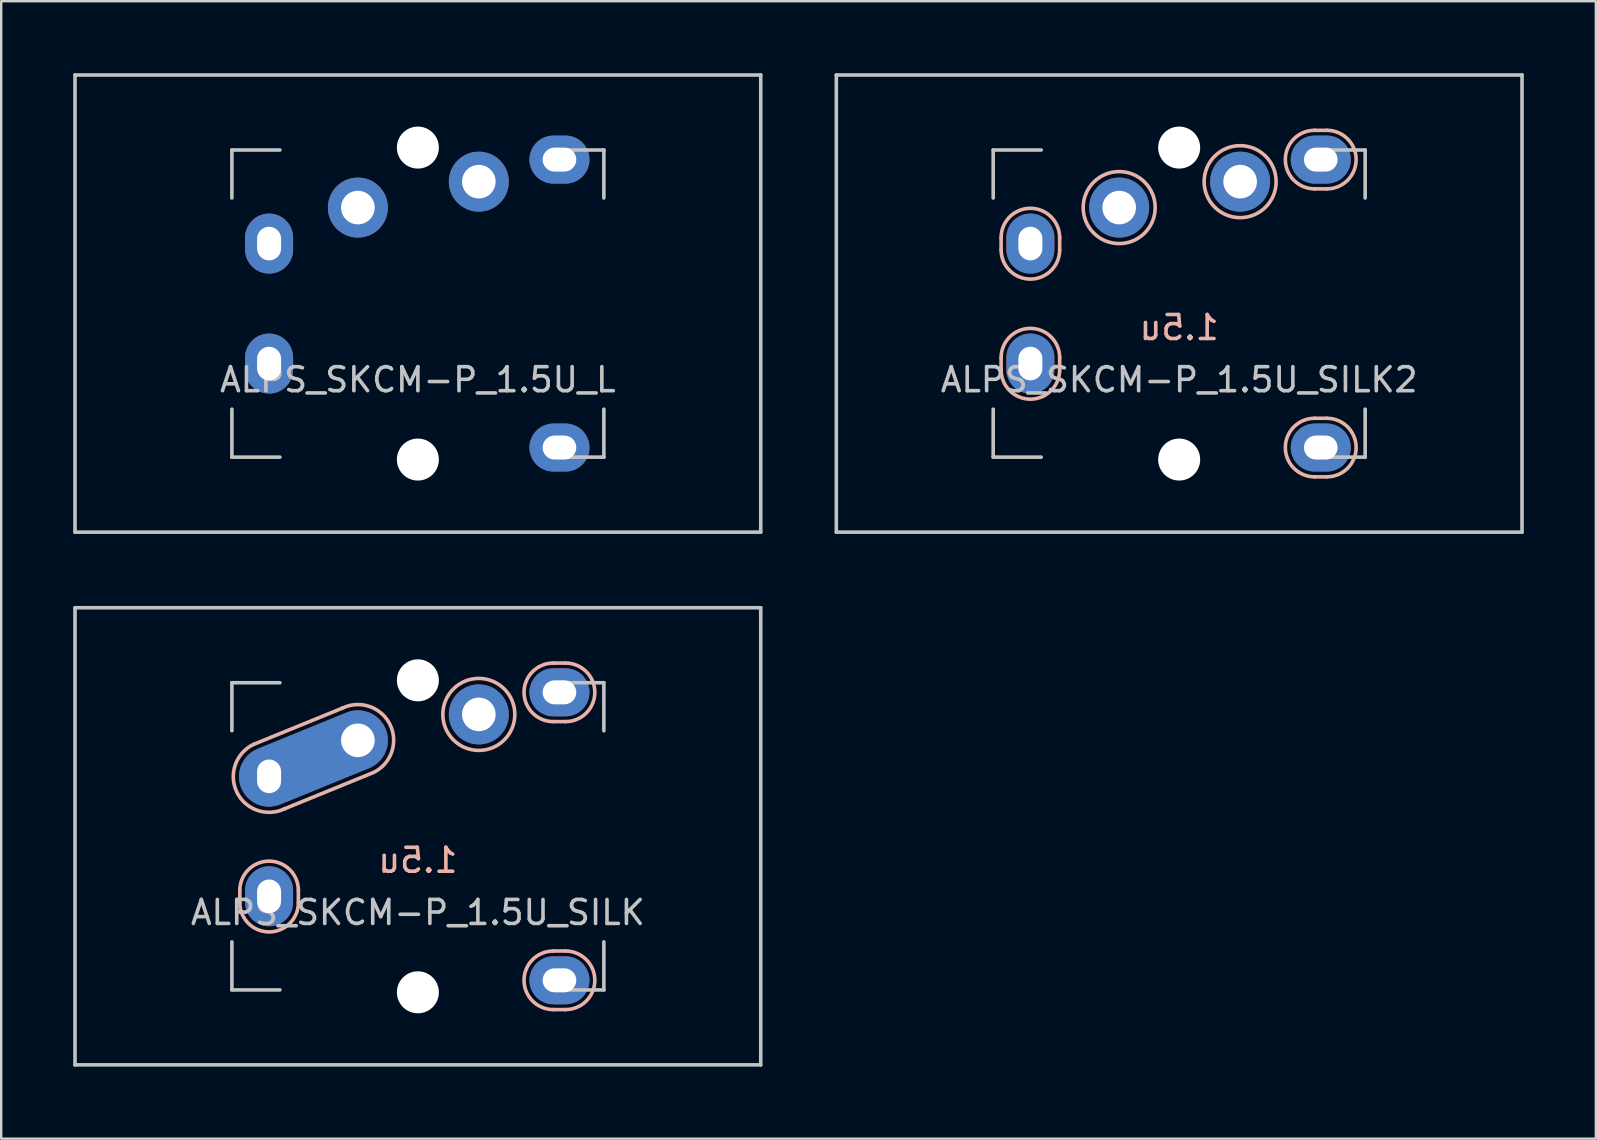
<source format=kicad_pcb>
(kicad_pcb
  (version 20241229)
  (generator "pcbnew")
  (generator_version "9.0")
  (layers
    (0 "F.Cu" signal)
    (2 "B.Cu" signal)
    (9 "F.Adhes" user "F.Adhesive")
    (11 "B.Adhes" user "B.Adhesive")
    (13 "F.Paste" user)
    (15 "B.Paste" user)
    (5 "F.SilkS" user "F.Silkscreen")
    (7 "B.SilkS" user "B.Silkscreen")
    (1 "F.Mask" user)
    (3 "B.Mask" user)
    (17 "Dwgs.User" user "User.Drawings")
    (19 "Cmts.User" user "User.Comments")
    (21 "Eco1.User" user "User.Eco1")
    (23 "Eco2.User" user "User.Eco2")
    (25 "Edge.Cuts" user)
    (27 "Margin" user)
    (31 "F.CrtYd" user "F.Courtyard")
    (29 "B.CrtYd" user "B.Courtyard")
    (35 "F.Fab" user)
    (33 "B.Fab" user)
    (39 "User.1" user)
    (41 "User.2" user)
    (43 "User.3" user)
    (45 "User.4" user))
  (footprint "ALPS_SKCM-P_1.5U_SILK"
    (layer "F.Cu")
    (at 14.363 31.8)
    (property "Reference" "ALPS_SKCM-P_1.5U_SILK" (at 0 3.175 0) (layer "Dwgs.User") (effects (font (size 1 1) (thickness 0.15))))
    (attr through_hole)
    (fp_line (start -7.42 2.254) (end -7.42 2.764) (stroke (width 0.15) (type solid)) (layer "B.SilkS"))
    (fp_line (start -4.98 2.764) (end -4.98 2.254) (stroke (width 0.15) (type solid)) (layer "B.SilkS"))
    (fp_line (start -3.146 -5.342) (end -6.85 -3.83) (stroke (width 0.15) (type solid)) (layer "B.SilkS"))
    (fp_line (start -1.85 -2.66) (end -5.554 -1.148) (stroke (width 0.15) (type solid)) (layer "B.SilkS"))
    (fp_line (start 5.644 -4.78) (end 6.154 -4.78) (stroke (width 0.15) (type solid)) (layer "B.SilkS"))
    (fp_line (start 5.644 7.22) (end 6.154 7.22) (stroke (width 0.15) (type solid)) (layer "B.SilkS"))
    (fp_line (start 6.154 -7.22) (end 5.644 -7.22) (stroke (width 0.15) (type solid)) (layer "B.SilkS"))
    (fp_line (start 6.154 4.78) (end 5.644 4.78) (stroke (width 0.15) (type solid)) (layer "B.SilkS"))
    (fp_arc (start -7.42 2.2538) (mid -6.2 1.0338) (end -4.98 2.2538) (stroke (width 0.15) (type solid)) (layer "B.SilkS"))
    (fp_arc (start -5.554284 -1.14793) (mid -7.541037 -1.842141) (end -6.85 -3.83) (stroke (width 0.15) (type solid)) (layer "B.SilkS"))
    (fp_arc (start -4.98 2.7638) (mid -6.2 3.9838) (end -7.42 2.7638) (stroke (width 0.15) (type solid)) (layer "B.SilkS"))
    (fp_arc (start -3.145716 -5.34207) (mid -1.158963 -4.647859) (end -1.85 -2.66) (stroke (width 0.15) (type solid)) (layer "B.SilkS"))
    (fp_arc (start 5.6438 -4.78) (mid 4.4238 -6) (end 5.6438 -7.22) (stroke (width 0.15) (type solid)) (layer "B.SilkS"))
    (fp_arc (start 5.6438 7.22) (mid 4.4238 6) (end 5.6438 4.78) (stroke (width 0.15) (type solid)) (layer "B.SilkS"))
    (fp_arc (start 6.1538 -7.22) (mid 7.3738 -6) (end 6.1538 -4.78) (stroke (width 0.15) (type solid)) (layer "B.SilkS"))
    (fp_arc (start 6.1538 4.78) (mid 7.3738 6) (end 6.1538 7.22) (stroke (width 0.15) (type solid)) (layer "B.SilkS"))
    (fp_circle (center 2.54 -5.08) (end 4.04 -5.08) (stroke (width 0.15) (type solid)) (fill no) (layer "B.SilkS"))
    (fp_line (start -14.287 -9.525) (end 14.287 -9.525) (stroke (width 0.15) (type solid)) (layer "Dwgs.User"))
    (fp_line (start -14.287 9.525) (end -14.287 -9.525) (stroke (width 0.15) (type solid)) (layer "Dwgs.User"))
    (fp_line (start -14.287 9.525) (end 14.287 9.525) (stroke (width 0.15) (type solid)) (layer "Dwgs.User"))
    (fp_line (start -7.75 -6.4) (end -5.75 -6.4) (stroke (width 0.15) (type solid)) (layer "Dwgs.User"))
    (fp_line (start -7.75 -4.4) (end -7.75 -6.4) (stroke (width 0.15) (type solid)) (layer "Dwgs.User"))
    (fp_line (start -7.75 6.4) (end -7.75 4.4) (stroke (width 0.15) (type solid)) (layer "Dwgs.User"))
    (fp_line (start -7.75 6.4) (end -5.75 6.4) (stroke (width 0.15) (type solid)) (layer "Dwgs.User"))
    (fp_line (start 5.75 -6.4) (end 7.75 -6.4) (stroke (width 0.15) (type solid)) (layer "Dwgs.User"))
    (fp_line (start 5.75 6.4) (end 7.75 6.4) (stroke (width 0.15) (type solid)) (layer "Dwgs.User"))
    (fp_line (start 7.75 -4.4) (end 7.75 -6.4) (stroke (width 0.15) (type solid)) (layer "Dwgs.User"))
    (fp_line (start 7.75 6.4) (end 7.75 4.4) (stroke (width 0.15) (type solid)) (layer "Dwgs.User"))
    (fp_line (start 14.287 -9.525) (end 14.287 9.525) (stroke (width 0.15) (type solid)) (layer "Dwgs.User"))
    (fp_text user "1.5u" (at 0 1 0) (layer "B.SilkS") (effects (font (size 1 1) (thickness 0.15)) (justify mirror)))
    (pad "" np_thru_hole circle (at 0 -6.5) (size 1.75 1.75) (drill 1.75) (layers "*.Cu" "*.Mask"))
    (pad "" np_thru_hole circle (at 0 6.5 90) (size 1.75 1.75) (drill 1.75) (layers "*.Cu" "*.Mask"))
    (pad "1" thru_hole oval (at -6.2 -2.5 180) (size 2 2.5) (drill oval 1 1.4) (layers "*.Cu" "*.Mask"))
    (pad "1" thru_hole oval (at -2.5 -4 22.2) (size 6.5 2.5) (drill 1.4 (offset -2 0)) (layers "*.Cu" "*.Mask"))
    (pad "2" thru_hole oval (at -6.2 2.5 90) (size 2.5 2) (drill oval 1.4 1) (layers "*.Cu" "*.Mask"))
    (pad "2" thru_hole circle (at 2.54 -5.08 270) (size 2.5 2.5) (drill 1.4) (layers "*.Cu" "*.Mask"))
    (pad "NC" thru_hole oval (at 5.9 -6 180) (size 2.5 2) (drill oval 1.4 1) (layers "*.Cu" "*.Mask"))
    (pad "NC" thru_hole oval (at 5.9 6 180) (size 2.5 2) (drill oval 1.4 1) (layers "*.Cu" "*.Mask")))
  (footprint "ALPS_SKCM-P_1.5U_L"
    (layer "F.Cu")
    (at 14.363 9.6)
    (property "Reference" "ALPS_SKCM-P_1.5U_L" (at 0 3.175 0) (layer "Dwgs.User") (effects (font (size 1 1) (thickness 0.15))))
    (attr through_hole)
    (fp_line (start -14.287 -9.525) (end 14.287 -9.525) (stroke (width 0.15) (type solid)) (layer "Dwgs.User"))
    (fp_line (start -14.287 9.525) (end -14.287 -9.525) (stroke (width 0.15) (type solid)) (layer "Dwgs.User"))
    (fp_line (start -14.287 9.525) (end 14.287 9.525) (stroke (width 0.15) (type solid)) (layer "Dwgs.User"))
    (fp_line (start -7.75 -6.4) (end -5.75 -6.4) (stroke (width 0.15) (type solid)) (layer "Dwgs.User"))
    (fp_line (start -7.75 -4.4) (end -7.75 -6.4) (stroke (width 0.15) (type solid)) (layer "Dwgs.User"))
    (fp_line (start -7.75 6.4) (end -7.75 4.4) (stroke (width 0.15) (type solid)) (layer "Dwgs.User"))
    (fp_line (start -7.75 6.4) (end -5.75 6.4) (stroke (width 0.15) (type solid)) (layer "Dwgs.User"))
    (fp_line (start 5.75 -6.4) (end 7.75 -6.4) (stroke (width 0.15) (type solid)) (layer "Dwgs.User"))
    (fp_line (start 5.75 6.4) (end 7.75 6.4) (stroke (width 0.15) (type solid)) (layer "Dwgs.User"))
    (fp_line (start 7.75 -4.4) (end 7.75 -6.4) (stroke (width 0.15) (type solid)) (layer "Dwgs.User"))
    (fp_line (start 7.75 6.4) (end 7.75 4.4) (stroke (width 0.15) (type solid)) (layer "Dwgs.User"))
    (fp_line (start 14.287 -9.525) (end 14.287 9.525) (stroke (width 0.15) (type solid)) (layer "Dwgs.User"))
    (pad "" np_thru_hole circle (at 0 -6.5) (size 1.75 1.75) (drill 1.75) (layers "*.Cu" "*.Mask"))
    (pad "" np_thru_hole circle (at 0 6.5 90) (size 1.75 1.75) (drill 1.75) (layers "*.Cu" "*.Mask"))
    (pad "1" thru_hole oval (at -6.2 -2.5 180) (size 2 2.5) (drill oval 1 1.4) (layers "*.Cu" "*.Mask"))
    (pad "1" thru_hole circle (at 2.54 -5.08 270) (size 2.5 2.5) (drill 1.4) (layers "*.Cu" "*.Mask"))
    (pad "2" thru_hole oval (at -6.2 2.5 90) (size 2.5 2) (drill oval 1.4 1) (layers "*.Cu" "*.Mask"))
    (pad "2" thru_hole circle (at -2.5 -4 22.2) (size 2.5 2.5) (drill 1.4) (layers "*.Cu" "*.Mask"))
    (pad "NC" thru_hole oval (at 5.9 -6 180) (size 2.5 2) (drill oval 1.4 1) (layers "*.Cu" "*.Mask"))
    (pad "NC" thru_hole oval (at 5.9 6 180) (size 2.5 2) (drill oval 1.4 1) (layers "*.Cu" "*.Mask")))
  (footprint "ALPS_SKCM-P_1.5U_SILK2"
    (layer "F.Cu")
    (at 46.087 9.6)
    (property "Reference" "ALPS_SKCM-P_1.5U_SILK2" (at 0 3.175 0) (layer "Dwgs.User") (effects (font (size 1 1) (thickness 0.15))))
    (attr through_hole)
    (fp_line (start -7.42 -2.75) (end -7.42 -2.24) (stroke (width 0.15) (type solid)) (layer "B.SilkS"))
    (fp_line (start -7.42 2.254) (end -7.42 2.764) (stroke (width 0.15) (type solid)) (layer "B.SilkS"))
    (fp_line (start -4.98 -2.24) (end -4.98 -2.75) (stroke (width 0.15) (type solid)) (layer "B.SilkS"))
    (fp_line (start -4.98 2.764) (end -4.98 2.254) (stroke (width 0.15) (type solid)) (layer "B.SilkS"))
    (fp_line (start 5.644 -4.78) (end 6.154 -4.78) (stroke (width 0.15) (type solid)) (layer "B.SilkS"))
    (fp_line (start 5.644 7.22) (end 6.154 7.22) (stroke (width 0.15) (type solid)) (layer "B.SilkS"))
    (fp_line (start 6.154 -7.22) (end 5.644 -7.22) (stroke (width 0.15) (type solid)) (layer "B.SilkS"))
    (fp_line (start 6.154 4.78) (end 5.644 4.78) (stroke (width 0.15) (type solid)) (layer "B.SilkS"))
    (fp_arc (start -7.42 -2.75) (mid -6.2 -3.97) (end -4.98 -2.75) (stroke (width 0.15) (type solid)) (layer "B.SilkS"))
    (fp_arc (start -7.42 2.2538) (mid -6.2 1.0338) (end -4.98 2.2538) (stroke (width 0.15) (type solid)) (layer "B.SilkS"))
    (fp_arc (start -4.98 -2.24) (mid -6.2 -1.02) (end -7.42 -2.24) (stroke (width 0.15) (type solid)) (layer "B.SilkS"))
    (fp_arc (start -4.98 2.7638) (mid -6.2 3.9838) (end -7.42 2.7638) (stroke (width 0.15) (type solid)) (layer "B.SilkS"))
    (fp_arc (start 5.6438 -4.78) (mid 4.4238 -6) (end 5.6438 -7.22) (stroke (width 0.15) (type solid)) (layer "B.SilkS"))
    (fp_arc (start 5.6438 7.22) (mid 4.4238 6) (end 5.6438 4.78) (stroke (width 0.15) (type solid)) (layer "B.SilkS"))
    (fp_arc (start 6.1538 -7.22) (mid 7.3738 -6) (end 6.1538 -4.78) (stroke (width 0.15) (type solid)) (layer "B.SilkS"))
    (fp_arc (start 6.1538 4.78) (mid 7.3738 6) (end 6.1538 7.22) (stroke (width 0.15) (type solid)) (layer "B.SilkS"))
    (fp_circle (center -2.5 -4) (end -1 -4) (stroke (width 0.15) (type solid)) (fill no) (layer "B.SilkS"))
    (fp_circle (center 2.54 -5.08) (end 4.04 -5.08) (stroke (width 0.15) (type solid)) (fill no) (layer "B.SilkS"))
    (fp_line (start -14.287 -9.525) (end 14.287 -9.525) (stroke (width 0.15) (type solid)) (layer "Dwgs.User"))
    (fp_line (start -14.287 9.525) (end -14.287 -9.525) (stroke (width 0.15) (type solid)) (layer "Dwgs.User"))
    (fp_line (start -14.287 9.525) (end 14.287 9.525) (stroke (width 0.15) (type solid)) (layer "Dwgs.User"))
    (fp_line (start -7.75 -6.4) (end -5.75 -6.4) (stroke (width 0.15) (type solid)) (layer "Dwgs.User"))
    (fp_line (start -7.75 -4.4) (end -7.75 -6.4) (stroke (width 0.15) (type solid)) (layer "Dwgs.User"))
    (fp_line (start -7.75 6.4) (end -7.75 4.4) (stroke (width 0.15) (type solid)) (layer "Dwgs.User"))
    (fp_line (start -7.75 6.4) (end -5.75 6.4) (stroke (width 0.15) (type solid)) (layer "Dwgs.User"))
    (fp_line (start 5.75 -6.4) (end 7.75 -6.4) (stroke (width 0.15) (type solid)) (layer "Dwgs.User"))
    (fp_line (start 5.75 6.4) (end 7.75 6.4) (stroke (width 0.15) (type solid)) (layer "Dwgs.User"))
    (fp_line (start 7.75 -4.4) (end 7.75 -6.4) (stroke (width 0.15) (type solid)) (layer "Dwgs.User"))
    (fp_line (start 7.75 6.4) (end 7.75 4.4) (stroke (width 0.15) (type solid)) (layer "Dwgs.User"))
    (fp_line (start 14.287 -9.525) (end 14.287 9.525) (stroke (width 0.15) (type solid)) (layer "Dwgs.User"))
    (fp_text user "1.5u" (at 0 1 0) (layer "B.SilkS") (effects (font (size 1 1) (thickness 0.15)) (justify mirror)))
    (pad "" np_thru_hole circle (at 0 -6.5) (size 1.75 1.75) (drill 1.75) (layers "*.Cu" "*.Mask"))
    (pad "" np_thru_hole circle (at 0 6.5 90) (size 1.75 1.75) (drill 1.75) (layers "*.Cu" "*.Mask"))
    (pad "1" thru_hole oval (at -6.2 -2.5 180) (size 2 2.5) (drill oval 1 1.4) (layers "*.Cu" "*.Mask"))
    (pad "1" thru_hole circle (at 2.54 -5.08 270) (size 2.5 2.5) (drill 1.4) (layers "*.Cu" "*.Mask"))
    (pad "2" thru_hole oval (at -6.2 2.5 90) (size 2.5 2) (drill oval 1.4 1) (layers "*.Cu" "*.Mask"))
    (pad "2" thru_hole circle (at -2.5 -4 22.2) (size 2.5 2.5) (drill 1.4) (layers "*.Cu" "*.Mask"))
    (pad "NC" thru_hole oval (at 5.9 -6 180) (size 2.5 2) (drill oval 1.4 1) (layers "*.Cu" "*.Mask"))
    (pad "NC" thru_hole oval (at 5.9 6 180) (size 2.5 2) (drill oval 1.4 1) (layers "*.Cu" "*.Mask")))
  (gr_rect
    (start -3 -3)
    (end 63.45 44.4)
    (stroke (width 0.1) (type default))
    (fill no)
    (layer "Edge.Cuts")))
</source>
